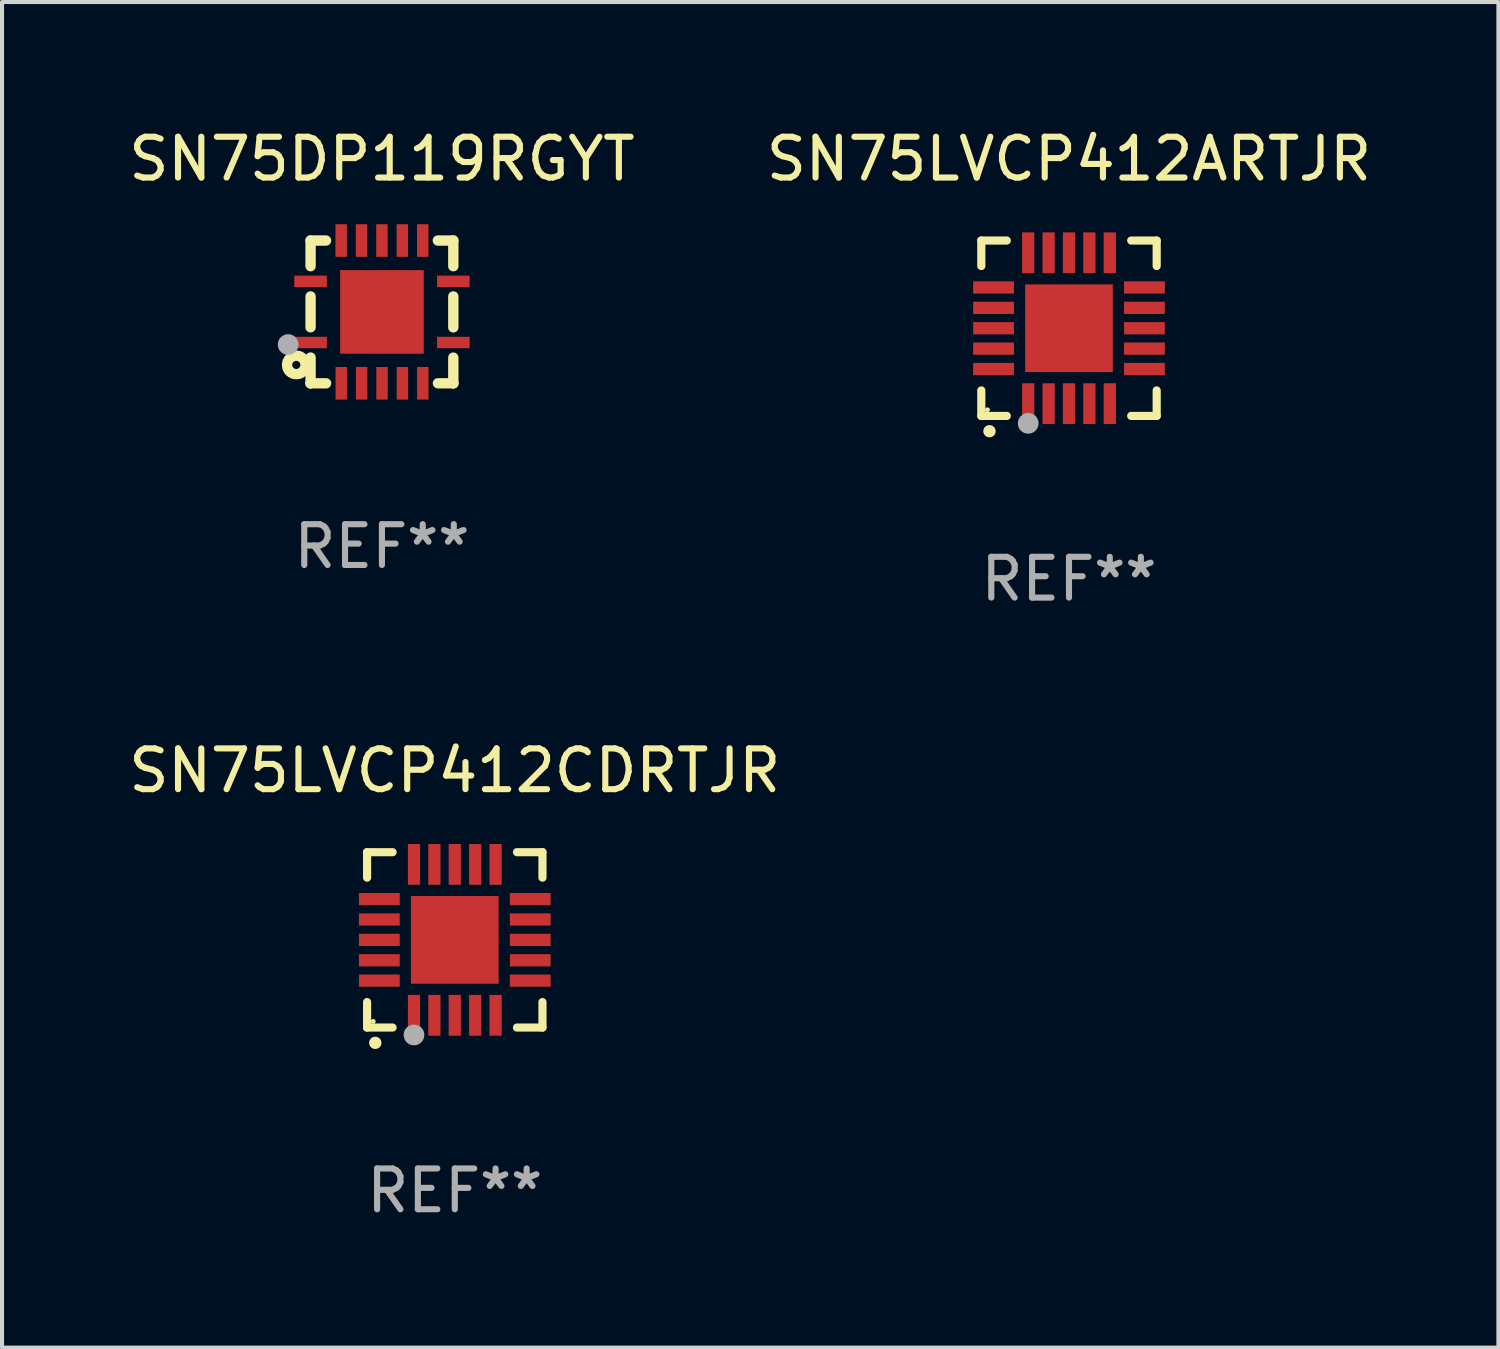
<source format=kicad_pcb>
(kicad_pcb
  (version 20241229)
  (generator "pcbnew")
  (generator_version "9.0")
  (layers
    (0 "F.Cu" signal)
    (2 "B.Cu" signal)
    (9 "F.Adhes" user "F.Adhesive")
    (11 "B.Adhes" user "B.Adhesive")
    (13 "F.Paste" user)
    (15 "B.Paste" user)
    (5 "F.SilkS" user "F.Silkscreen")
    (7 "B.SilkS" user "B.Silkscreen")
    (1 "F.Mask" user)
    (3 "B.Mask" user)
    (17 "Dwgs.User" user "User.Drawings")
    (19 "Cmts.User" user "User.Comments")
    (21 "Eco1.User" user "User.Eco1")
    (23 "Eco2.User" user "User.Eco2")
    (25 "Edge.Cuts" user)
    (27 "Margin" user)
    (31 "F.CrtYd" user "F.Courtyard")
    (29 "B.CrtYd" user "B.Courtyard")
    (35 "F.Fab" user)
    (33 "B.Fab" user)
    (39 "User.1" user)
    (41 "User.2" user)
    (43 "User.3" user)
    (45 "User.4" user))
  (footprint "SN75DP119RGYT"
    (layer "F.Cu")
    (at 6.315 4.598)
    (property "Reference" "SN75DP119RGYT" (at 0 -3.75 0) (layer "F.SilkS") (effects (font (size 1 1) (thickness 0.15))))
    (attr through_hole)
    (fp_line (start -1.75 1.75) (end -1.37 1.75) (stroke (width 0.254) (type solid)) (layer "F.SilkS"))
    (fp_line (start -1.75 -1.75) (end -1.75 -1.121) (stroke (width 0.254) (type solid)) (layer "F.SilkS"))
    (fp_line (start -1.75 -0.379) (end -1.75 0.377) (stroke (width 0.254) (type solid)) (layer "F.SilkS"))
    (fp_line (start -1.75 1.119) (end -1.75 1.75) (stroke (width 0.254) (type solid)) (layer "F.SilkS"))
    (fp_line (start -1.75 1.75) (end -1.75 1.75) (stroke (width 0.254) (type solid)) (layer "F.SilkS"))
    (fp_line (start -1.371 -1.75) (end -1.75 -1.75) (stroke (width 0.254) (type solid)) (layer "F.SilkS"))
    (fp_line (start 1.373 1.75) (end 1.75 1.75) (stroke (width 0.254) (type solid)) (layer "F.SilkS"))
    (fp_line (start 1.75 1.75) (end 1.75 1.75) (stroke (width 0.254) (type solid)) (layer "F.SilkS"))
    (fp_line (start 1.75 -1.75) (end 1.371 -1.75) (stroke (width 0.254) (type solid)) (layer "F.SilkS"))
    (fp_line (start 1.75 -1.121) (end 1.75 -1.75) (stroke (width 0.254) (type solid)) (layer "F.SilkS"))
    (fp_line (start 1.75 0.379) (end 1.75 -0.379) (stroke (width 0.254) (type solid)) (layer "F.SilkS"))
    (fp_line (start 1.75 1.75) (end 1.75 1.121) (stroke (width 0.254) (type solid)) (layer "F.SilkS"))
    (fp_circle (center -2.1 1.3) (end -2 1.3) (stroke (width 0.254) (type solid)) (fill no) (layer "F.SilkS"))
    (fp_circle (center -1.747 1.751) (end -1.717 1.751) (stroke (width 0.06) (type solid)) (fill no) (layer "F.SilkS"))
    (fp_circle (center -2.3 0.8) (end -2.173 0.8) (stroke (width 0.254) (type solid)) (fill no) (layer "F.Fab"))
    (fp_text user "REF**" (at 0 5.75 0) (layer "F.Fab") (effects (font (size 1 1) (thickness 0.15))))
    (pad "1" smd rect (at -1.75 0.75 270) (size 0.28 0.8) (layers "F.Cu" "F.Mask" "F.Paste"))
    (pad "2" smd rect (at -0.998 1.75 180) (size 0.28 0.8) (layers "F.Cu" "F.Mask" "F.Paste"))
    (pad "3" smd rect (at -0.498 1.75 180) (size 0.28 0.8) (layers "F.Cu" "F.Mask" "F.Paste"))
    (pad "4" smd rect (at 0.002 1.75 180) (size 0.28 0.8) (layers "F.Cu" "F.Mask" "F.Paste"))
    (pad "5" smd rect (at 0.502 1.75 180) (size 0.28 0.8) (layers "F.Cu" "F.Mask" "F.Paste"))
    (pad "6" smd rect (at 1.002 1.75 180) (size 0.28 0.8) (layers "F.Cu" "F.Mask" "F.Paste"))
    (pad "7" smd rect (at 1.75 0.75 270) (size 0.28 0.8) (layers "F.Cu" "F.Mask" "F.Paste"))
    (pad "8" smd rect (at 1.75 -0.75 270) (size 0.28 0.8) (layers "F.Cu" "F.Mask" "F.Paste"))
    (pad "9" smd rect (at 1 -1.75) (size 0.28 0.8) (layers "F.Cu" "F.Mask" "F.Paste"))
    (pad "10" smd rect (at 0.5 -1.75) (size 0.28 0.8) (layers "F.Cu" "F.Mask" "F.Paste"))
    (pad "11" smd rect (at 0 -1.75) (size 0.28 0.8) (layers "F.Cu" "F.Mask" "F.Paste"))
    (pad "12" smd rect (at -0.5 -1.75) (size 0.28 0.8) (layers "F.Cu" "F.Mask" "F.Paste"))
    (pad "13" smd rect (at -1 -1.75) (size 0.28 0.8) (layers "F.Cu" "F.Mask" "F.Paste"))
    (pad "14" smd rect (at -1.75 -0.75 90) (size 0.28 0.8) (layers "F.Cu" "F.Mask" "F.Paste"))
    (pad "15" smd rect (at 0 0 180) (size 2.05 2.05) (layers "F.Cu" "F.Mask" "F.Paste")))
  (footprint "SN75LVCP412ARTJR"
    (layer "F.Cu")
    (at 23.161 4.998)
    (property "Reference" "SN75LVCP412ARTJR" (at 0 -4.15 0) (layer "F.SilkS") (effects (font (size 1 1) (thickness 0.15))))
    (attr through_hole)
    (fp_line (start -2.15 -2.15) (end -2.15 -1.525) (stroke (width 0.2) (type solid)) (layer "F.SilkS"))
    (fp_line (start -2.15 2.15) (end -2.15 1.525) (stroke (width 0.2) (type solid)) (layer "F.SilkS"))
    (fp_line (start -1.525 -2.15) (end -2.15 -2.15) (stroke (width 0.2) (type solid)) (layer "F.SilkS"))
    (fp_line (start -1.525 2.15) (end -2.15 2.15) (stroke (width 0.2) (type solid)) (layer "F.SilkS"))
    (fp_line (start 1.525 2.15) (end 2.15 2.15) (stroke (width 0.2) (type solid)) (layer "F.SilkS"))
    (fp_line (start 2.15 -2.15) (end 1.525 -2.15) (stroke (width 0.2) (type solid)) (layer "F.SilkS"))
    (fp_line (start 2.15 -1.525) (end 2.15 -2.15) (stroke (width 0.2) (type solid)) (layer "F.SilkS"))
    (fp_line (start 2.15 2.15) (end 2.15 1.525) (stroke (width 0.2) (type solid)) (layer "F.SilkS"))
    (fp_arc (start -1.950724 2.524765) (mid -1.949454 2.52476) (end -1.948184 2.524765) (stroke (width 0.3) (type solid)) (layer "F.SilkS"))
    (fp_circle (center -2 2) (end -1.97 2) (stroke (width 0.06) (type solid)) (fill no) (layer "F.SilkS"))
    (fp_circle (center -1 2.332) (end -0.873 2.332) (stroke (width 0.254) (type solid)) (fill no) (layer "F.Fab"))
    (fp_text user "REF**" (at 0 6.15 0) (layer "F.Fab") (effects (font (size 1 1) (thickness 0.15))))
    (pad "1" smd rect (at -1 1.85 180) (size 0.3 1) (layers "F.Cu" "F.Mask" "F.Paste"))
    (pad "2" smd rect (at -0.5 1.85 180) (size 0.3 1) (layers "F.Cu" "F.Mask" "F.Paste"))
    (pad "3" smd rect (at 0 1.85 180) (size 0.3 1) (layers "F.Cu" "F.Mask" "F.Paste"))
    (pad "4" smd rect (at 0.5 1.85 180) (size 0.3 1) (layers "F.Cu" "F.Mask" "F.Paste"))
    (pad "5" smd rect (at 1 1.85 180) (size 0.3 1) (layers "F.Cu" "F.Mask" "F.Paste"))
    (pad "6" smd rect (at 1.85 1 90) (size 0.3 1) (layers "F.Cu" "F.Mask" "F.Paste"))
    (pad "7" smd rect (at 1.85 0.5 90) (size 0.3 1) (layers "F.Cu" "F.Mask" "F.Paste"))
    (pad "8" smd rect (at 1.85 0 90) (size 0.3 1) (layers "F.Cu" "F.Mask" "F.Paste"))
    (pad "9" smd rect (at 1.85 -0.5 90) (size 0.3 1) (layers "F.Cu" "F.Mask" "F.Paste"))
    (pad "10" smd rect (at 1.85 -1 90) (size 0.3 1) (layers "F.Cu" "F.Mask" "F.Paste"))
    (pad "11" smd rect (at 1 -1.85 180) (size 0.3 1) (layers "F.Cu" "F.Mask" "F.Paste"))
    (pad "12" smd rect (at 0.5 -1.85 180) (size 0.3 1) (layers "F.Cu" "F.Mask" "F.Paste"))
    (pad "13" smd rect (at 0 -1.85 180) (size 0.3 1) (layers "F.Cu" "F.Mask" "F.Paste"))
    (pad "14" smd rect (at -0.5 -1.85 180) (size 0.3 1) (layers "F.Cu" "F.Mask" "F.Paste"))
    (pad "15" smd rect (at -1 -1.85 180) (size 0.3 1) (layers "F.Cu" "F.Mask" "F.Paste"))
    (pad "16" smd rect (at -1.85 -1 90) (size 0.3 1) (layers "F.Cu" "F.Mask" "F.Paste"))
    (pad "17" smd rect (at -1.85 -0.5 90) (size 0.3 1) (layers "F.Cu" "F.Mask" "F.Paste"))
    (pad "18" smd rect (at -1.85 0 90) (size 0.3 1) (layers "F.Cu" "F.Mask" "F.Paste"))
    (pad "19" smd rect (at -1.85 0.5 90) (size 0.3 1) (layers "F.Cu" "F.Mask" "F.Paste"))
    (pad "20" smd rect (at -1.85 1 90) (size 0.3 1) (layers "F.Cu" "F.Mask" "F.Paste"))
    (pad "21" smd rect (at 0 0 90) (size 2.15 2.15) (layers "F.Cu" "F.Mask" "F.Paste")))
  (footprint "SN75LVCP412CDRTJR"
    (layer "F.Cu")
    (at 8.101 19.995)
    (property "Reference" "SN75LVCP412CDRTJR" (at 0 -4.15 0) (layer "F.SilkS") (effects (font (size 1 1) (thickness 0.15))))
    (attr through_hole)
    (fp_line (start -2.15 -2.15) (end -2.15 -1.525) (stroke (width 0.2) (type solid)) (layer "F.SilkS"))
    (fp_line (start -2.15 2.15) (end -2.15 1.525) (stroke (width 0.2) (type solid)) (layer "F.SilkS"))
    (fp_line (start -1.525 -2.15) (end -2.15 -2.15) (stroke (width 0.2) (type solid)) (layer "F.SilkS"))
    (fp_line (start -1.525 2.15) (end -2.15 2.15) (stroke (width 0.2) (type solid)) (layer "F.SilkS"))
    (fp_line (start 1.525 2.15) (end 2.15 2.15) (stroke (width 0.2) (type solid)) (layer "F.SilkS"))
    (fp_line (start 2.15 -2.15) (end 1.525 -2.15) (stroke (width 0.2) (type solid)) (layer "F.SilkS"))
    (fp_line (start 2.15 -1.525) (end 2.15 -2.15) (stroke (width 0.2) (type solid)) (layer "F.SilkS"))
    (fp_line (start 2.15 2.15) (end 2.15 1.525) (stroke (width 0.2) (type solid)) (layer "F.SilkS"))
    (fp_arc (start -1.950724 2.524765) (mid -1.949454 2.52476) (end -1.948184 2.524765) (stroke (width 0.3) (type solid)) (layer "F.SilkS"))
    (fp_circle (center -2 2) (end -1.97 2) (stroke (width 0.06) (type solid)) (fill no) (layer "F.SilkS"))
    (fp_circle (center -1 2.332) (end -0.873 2.332) (stroke (width 0.254) (type solid)) (fill no) (layer "F.Fab"))
    (fp_text user "REF**" (at 0 6.15 0) (layer "F.Fab") (effects (font (size 1 1) (thickness 0.15))))
    (pad "1" smd rect (at -1 1.85 180) (size 0.3 1) (layers "F.Cu" "F.Mask" "F.Paste"))
    (pad "2" smd rect (at -0.5 1.85 180) (size 0.3 1) (layers "F.Cu" "F.Mask" "F.Paste"))
    (pad "3" smd rect (at 0 1.85 180) (size 0.3 1) (layers "F.Cu" "F.Mask" "F.Paste"))
    (pad "4" smd rect (at 0.5 1.85 180) (size 0.3 1) (layers "F.Cu" "F.Mask" "F.Paste"))
    (pad "5" smd rect (at 1 1.85 180) (size 0.3 1) (layers "F.Cu" "F.Mask" "F.Paste"))
    (pad "6" smd rect (at 1.85 1 90) (size 0.3 1) (layers "F.Cu" "F.Mask" "F.Paste"))
    (pad "7" smd rect (at 1.85 0.5 90) (size 0.3 1) (layers "F.Cu" "F.Mask" "F.Paste"))
    (pad "8" smd rect (at 1.85 0 90) (size 0.3 1) (layers "F.Cu" "F.Mask" "F.Paste"))
    (pad "9" smd rect (at 1.85 -0.5 90) (size 0.3 1) (layers "F.Cu" "F.Mask" "F.Paste"))
    (pad "10" smd rect (at 1.85 -1 90) (size 0.3 1) (layers "F.Cu" "F.Mask" "F.Paste"))
    (pad "11" smd rect (at 1 -1.85 180) (size 0.3 1) (layers "F.Cu" "F.Mask" "F.Paste"))
    (pad "12" smd rect (at 0.5 -1.85 180) (size 0.3 1) (layers "F.Cu" "F.Mask" "F.Paste"))
    (pad "13" smd rect (at 0 -1.85 180) (size 0.3 1) (layers "F.Cu" "F.Mask" "F.Paste"))
    (pad "14" smd rect (at -0.5 -1.85 180) (size 0.3 1) (layers "F.Cu" "F.Mask" "F.Paste"))
    (pad "15" smd rect (at -1 -1.85 180) (size 0.3 1) (layers "F.Cu" "F.Mask" "F.Paste"))
    (pad "16" smd rect (at -1.85 -1 90) (size 0.3 1) (layers "F.Cu" "F.Mask" "F.Paste"))
    (pad "17" smd rect (at -1.85 -0.5 90) (size 0.3 1) (layers "F.Cu" "F.Mask" "F.Paste"))
    (pad "18" smd rect (at -1.85 0 90) (size 0.3 1) (layers "F.Cu" "F.Mask" "F.Paste"))
    (pad "19" smd rect (at -1.85 0.5 90) (size 0.3 1) (layers "F.Cu" "F.Mask" "F.Paste"))
    (pad "20" smd rect (at -1.85 1 90) (size 0.3 1) (layers "F.Cu" "F.Mask" "F.Paste"))
    (pad "21" smd rect (at 0 0 90) (size 2.15 2.15) (layers "F.Cu" "F.Mask" "F.Paste")))
  (gr_rect
    (start -3 -3)
    (end 33.69 29.993)
    (stroke (width 0.1) (type default))
    (fill no)
    (layer "Edge.Cuts")))
</source>
